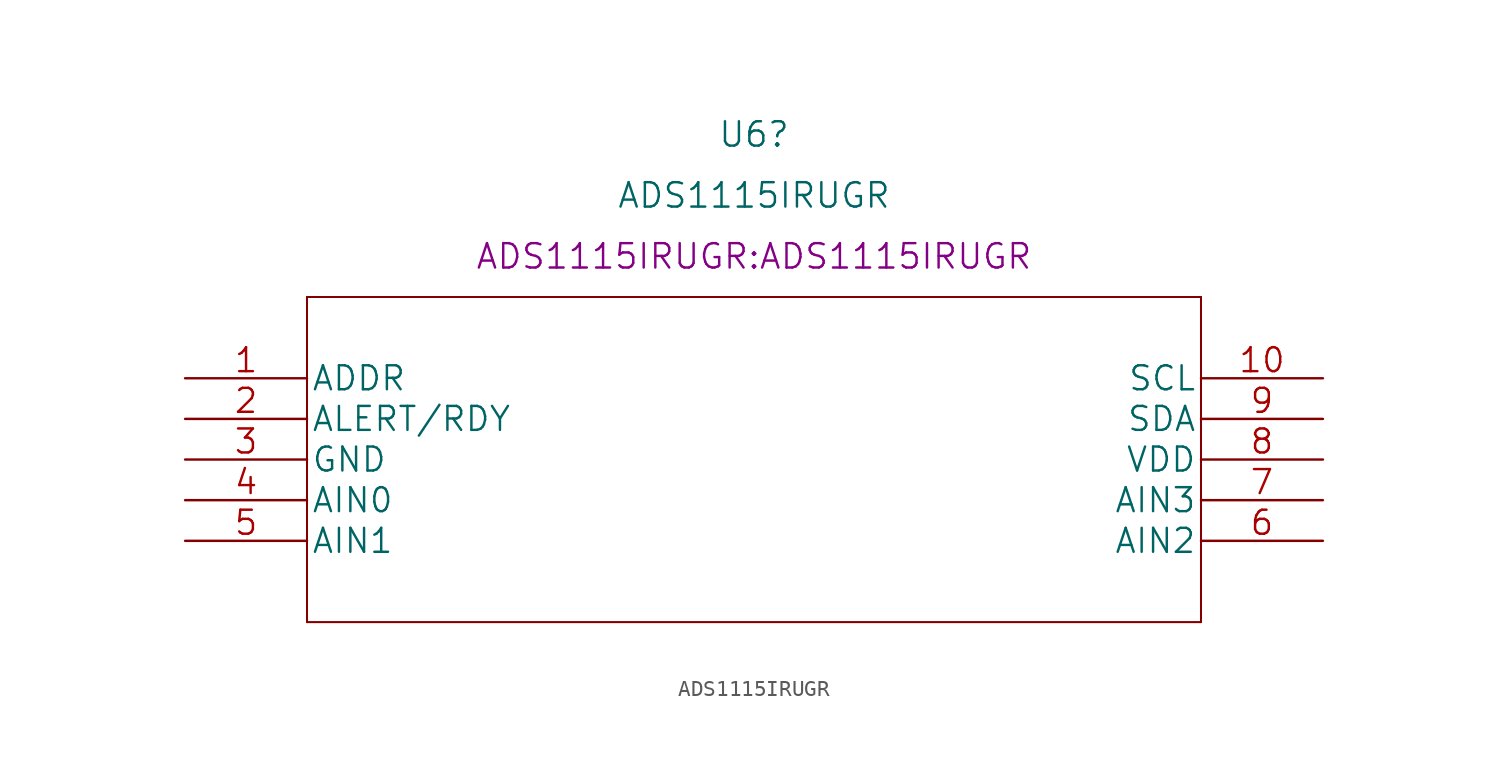
<source format=kicad_sym>
(kicad_symbol_lib
  (version 20211014)
  (generator kicad_symbol_editor)
  (symbol "ADS1115IRUGR"
    (pin_names
      (offset 0.254))
    (property "Reference" "U6"
      (at 35.56 15.24 0)
      (effects (font (size 1.524 1.524))))
    (property "Value" "ADS1115IRUGR"
      (at 35.56 11.43 0)
      (effects (font (size 1.524 1.524))))
    (property "Footprint" "ADS1115IRUGR:ADS1115IRUGR"
      (at 35.56 7.62 0)
      (effects (font (size 1.524 1.524))))
    (property "Datasheet" ""
      (at 0 0 0)
      (effects (font (size 1.524 1.524))))
    (property "ki_locked" ""
      (at 0 0 0)
      (effects (font (size 1.27 1.27))))
    (symbol "ADS1115IRUGR_1_1"
      (polyline (pts (xy 7.62 -15.24) (xy 63.5 -15.24)) (stroke (width 0.127) (type default) (color 0 0 0 0)) (fill (type none)))
      (polyline (pts (xy 7.62 5.08) (xy 7.62 -15.24)) (stroke (width 0.127) (type default) (color 0 0 0 0)) (fill (type none)))
      (polyline (pts (xy 63.5 -15.24) (xy 63.5 5.08)) (stroke (width 0.127) (type default) (color 0 0 0 0)) (fill (type none)))
      (polyline (pts (xy 63.5 5.08) (xy 7.62 5.08)) (stroke (width 0.127) (type default) (color 0 0 0 0)) (fill (type none)))
      (pin input line (at 0 0 0) (length 7.62) (name "ADDR" (effects (font (size 1.499 1.499)))) (number "1" (effects (font (size 1.499 1.499)))))
      (pin input line (at 71.12 0 180) (length 7.62) (name "SCL" (effects (font (size 1.499 1.499)))) (number "10" (effects (font (size 1.499 1.499)))))
      (pin output line (at 0 -2.54 0) (length 7.62) (name "ALERT/RDY" (effects (font (size 1.499 1.499)))) (number "2" (effects (font (size 1.499 1.499)))))
      (pin power_in line (at 0 -5.08 0) (length 7.62) (name "GND" (effects (font (size 1.499 1.499)))) (number "3" (effects (font (size 1.499 1.499)))))
      (pin input line (at 0 -7.62 0) (length 7.62) (name "AIN0" (effects (font (size 1.499 1.499)))) (number "4" (effects (font (size 1.499 1.499)))))
      (pin input line (at 0 -10.16 0) (length 7.62) (name "AIN1" (effects (font (size 1.499 1.499)))) (number "5" (effects (font (size 1.499 1.499)))))
      (pin input line (at 71.12 -10.16 180) (length 7.62) (name "AIN2" (effects (font (size 1.499 1.499)))) (number "6" (effects (font (size 1.499 1.499)))))
      (pin input line (at 71.12 -7.62 180) (length 7.62) (name "AIN3" (effects (font (size 1.499 1.499)))) (number "7" (effects (font (size 1.499 1.499)))))
      (pin power_in line (at 71.12 -5.08 180) (length 7.62) (name "VDD" (effects (font (size 1.499 1.499)))) (number "8" (effects (font (size 1.499 1.499)))))
      (pin bidirectional line (at 71.12 -2.54 180) (length 7.62) (name "SDA" (effects (font (size 1.499 1.499)))) (number "9" (effects (font (size 1.499 1.499))))))))
</source>
